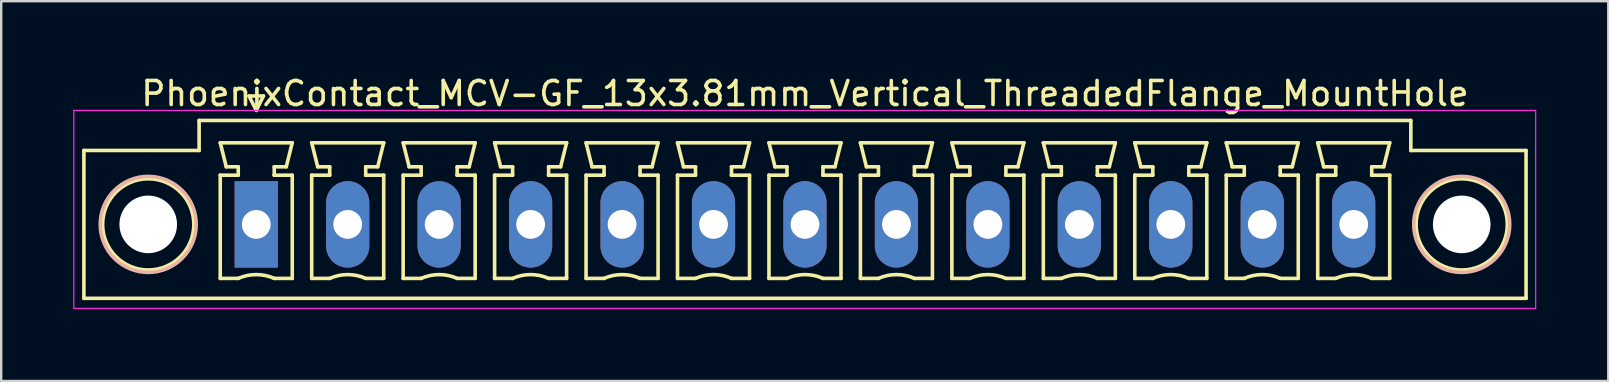
<source format=kicad_pcb>
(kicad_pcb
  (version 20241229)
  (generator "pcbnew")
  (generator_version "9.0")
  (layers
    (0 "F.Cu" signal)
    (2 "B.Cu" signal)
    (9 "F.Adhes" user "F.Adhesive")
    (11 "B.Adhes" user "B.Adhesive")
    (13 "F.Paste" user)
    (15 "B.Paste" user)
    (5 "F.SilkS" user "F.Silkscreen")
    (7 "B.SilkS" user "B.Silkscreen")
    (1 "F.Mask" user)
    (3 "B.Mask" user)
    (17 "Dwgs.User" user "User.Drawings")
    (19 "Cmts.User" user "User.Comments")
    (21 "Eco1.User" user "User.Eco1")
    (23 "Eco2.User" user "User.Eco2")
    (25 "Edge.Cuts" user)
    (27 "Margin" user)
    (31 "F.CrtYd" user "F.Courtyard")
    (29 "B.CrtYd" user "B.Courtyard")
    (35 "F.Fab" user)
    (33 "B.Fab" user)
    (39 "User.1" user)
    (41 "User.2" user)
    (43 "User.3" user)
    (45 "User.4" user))
  (footprint "PhoenixContact_MCV-GF_13x3.81mm_Vertical_ThreadedFlange_MountHole"
    (layer "F.Cu")
    (at 7.625 6.298)
    (property "Reference" "PhoenixContact_MCV-GF_13x3.81mm_Vertical_ThreadedFlange_MountHole" (at 22.86 -5.45 0) (layer "F.SilkS") (effects (font (size 1 1) (thickness 0.15))))
    (attr through_hole)
    (fp_line (start -7.18 -3.08) (end -7.18 3.08) (stroke (width 0.15) (type solid)) (layer "F.SilkS"))
    (fp_line (start -7.18 3.08) (end 52.9 3.08) (stroke (width 0.15) (type solid)) (layer "F.SilkS"))
    (fp_line (start -2.38 -4.33) (end -2.38 -3.08) (stroke (width 0.15) (type solid)) (layer "F.SilkS"))
    (fp_line (start -2.38 -3.08) (end -7.18 -3.08) (stroke (width 0.15) (type solid)) (layer "F.SilkS"))
    (fp_line (start -1.5 -3.4) (end 1.5 -3.4) (stroke (width 0.15) (type solid)) (layer "F.SilkS"))
    (fp_line (start -1.5 -2.05) (end -0.75 -2.05) (stroke (width 0.15) (type solid)) (layer "F.SilkS"))
    (fp_line (start -1.5 2.25) (end -1.5 -2.05) (stroke (width 0.15) (type solid)) (layer "F.SilkS"))
    (fp_line (start -1.25 -2.4) (end -1.5 -3.4) (stroke (width 0.15) (type solid)) (layer "F.SilkS"))
    (fp_line (start -0.75 -2.4) (end -1.25 -2.4) (stroke (width 0.15) (type solid)) (layer "F.SilkS"))
    (fp_line (start -0.75 -2.05) (end -0.75 -2.4) (stroke (width 0.15) (type solid)) (layer "F.SilkS"))
    (fp_line (start -0.75 2.25) (end -1.5 2.25) (stroke (width 0.15) (type solid)) (layer "F.SilkS"))
    (fp_line (start -0.3 -5.35) (end 0 -4.75) (stroke (width 0.15) (type solid)) (layer "F.SilkS"))
    (fp_line (start 0 -4.75) (end 0.3 -5.35) (stroke (width 0.15) (type solid)) (layer "F.SilkS"))
    (fp_line (start 0.3 -5.35) (end -0.3 -5.35) (stroke (width 0.15) (type solid)) (layer "F.SilkS"))
    (fp_line (start 0.75 -2.4) (end 0.75 -2.05) (stroke (width 0.15) (type solid)) (layer "F.SilkS"))
    (fp_line (start 0.75 -2.05) (end 0.75 -2.05) (stroke (width 0.15) (type solid)) (layer "F.SilkS"))
    (fp_line (start 0.75 -2.05) (end 1.5 -2.05) (stroke (width 0.15) (type solid)) (layer "F.SilkS"))
    (fp_line (start 1.25 -2.4) (end 0.75 -2.4) (stroke (width 0.15) (type solid)) (layer "F.SilkS"))
    (fp_line (start 1.5 -3.4) (end 1.25 -2.4) (stroke (width 0.15) (type solid)) (layer "F.SilkS"))
    (fp_line (start 1.5 -2.05) (end 1.5 2.25) (stroke (width 0.15) (type solid)) (layer "F.SilkS"))
    (fp_line (start 1.5 2.25) (end 0.75 2.25) (stroke (width 0.15) (type solid)) (layer "F.SilkS"))
    (fp_line (start 2.31 -3.4) (end 5.31 -3.4) (stroke (width 0.15) (type solid)) (layer "F.SilkS"))
    (fp_line (start 2.31 -2.05) (end 3.06 -2.05) (stroke (width 0.15) (type solid)) (layer "F.SilkS"))
    (fp_line (start 2.31 2.25) (end 2.31 -2.05) (stroke (width 0.15) (type solid)) (layer "F.SilkS"))
    (fp_line (start 2.56 -2.4) (end 2.31 -3.4) (stroke (width 0.15) (type solid)) (layer "F.SilkS"))
    (fp_line (start 3.06 -2.4) (end 2.56 -2.4) (stroke (width 0.15) (type solid)) (layer "F.SilkS"))
    (fp_line (start 3.06 -2.05) (end 3.06 -2.4) (stroke (width 0.15) (type solid)) (layer "F.SilkS"))
    (fp_line (start 3.06 2.25) (end 2.31 2.25) (stroke (width 0.15) (type solid)) (layer "F.SilkS"))
    (fp_line (start 4.56 -2.4) (end 4.56 -2.05) (stroke (width 0.15) (type solid)) (layer "F.SilkS"))
    (fp_line (start 4.56 -2.05) (end 4.56 -2.05) (stroke (width 0.15) (type solid)) (layer "F.SilkS"))
    (fp_line (start 4.56 -2.05) (end 5.31 -2.05) (stroke (width 0.15) (type solid)) (layer "F.SilkS"))
    (fp_line (start 5.06 -2.4) (end 4.56 -2.4) (stroke (width 0.15) (type solid)) (layer "F.SilkS"))
    (fp_line (start 5.31 -3.4) (end 5.06 -2.4) (stroke (width 0.15) (type solid)) (layer "F.SilkS"))
    (fp_line (start 5.31 -2.05) (end 5.31 2.25) (stroke (width 0.15) (type solid)) (layer "F.SilkS"))
    (fp_line (start 5.31 2.25) (end 4.56 2.25) (stroke (width 0.15) (type solid)) (layer "F.SilkS"))
    (fp_line (start 6.12 -3.4) (end 9.12 -3.4) (stroke (width 0.15) (type solid)) (layer "F.SilkS"))
    (fp_line (start 6.12 -2.05) (end 6.87 -2.05) (stroke (width 0.15) (type solid)) (layer "F.SilkS"))
    (fp_line (start 6.12 2.25) (end 6.12 -2.05) (stroke (width 0.15) (type solid)) (layer "F.SilkS"))
    (fp_line (start 6.37 -2.4) (end 6.12 -3.4) (stroke (width 0.15) (type solid)) (layer "F.SilkS"))
    (fp_line (start 6.87 -2.4) (end 6.37 -2.4) (stroke (width 0.15) (type solid)) (layer "F.SilkS"))
    (fp_line (start 6.87 -2.05) (end 6.87 -2.4) (stroke (width 0.15) (type solid)) (layer "F.SilkS"))
    (fp_line (start 6.87 2.25) (end 6.12 2.25) (stroke (width 0.15) (type solid)) (layer "F.SilkS"))
    (fp_line (start 8.37 -2.4) (end 8.37 -2.05) (stroke (width 0.15) (type solid)) (layer "F.SilkS"))
    (fp_line (start 8.37 -2.05) (end 8.37 -2.05) (stroke (width 0.15) (type solid)) (layer "F.SilkS"))
    (fp_line (start 8.37 -2.05) (end 9.12 -2.05) (stroke (width 0.15) (type solid)) (layer "F.SilkS"))
    (fp_line (start 8.87 -2.4) (end 8.37 -2.4) (stroke (width 0.15) (type solid)) (layer "F.SilkS"))
    (fp_line (start 9.12 -3.4) (end 8.87 -2.4) (stroke (width 0.15) (type solid)) (layer "F.SilkS"))
    (fp_line (start 9.12 -2.05) (end 9.12 2.25) (stroke (width 0.15) (type solid)) (layer "F.SilkS"))
    (fp_line (start 9.12 2.25) (end 8.37 2.25) (stroke (width 0.15) (type solid)) (layer "F.SilkS"))
    (fp_line (start 9.93 -3.4) (end 12.93 -3.4) (stroke (width 0.15) (type solid)) (layer "F.SilkS"))
    (fp_line (start 9.93 -2.05) (end 10.68 -2.05) (stroke (width 0.15) (type solid)) (layer "F.SilkS"))
    (fp_line (start 9.93 2.25) (end 9.93 -2.05) (stroke (width 0.15) (type solid)) (layer "F.SilkS"))
    (fp_line (start 10.18 -2.4) (end 9.93 -3.4) (stroke (width 0.15) (type solid)) (layer "F.SilkS"))
    (fp_line (start 10.68 -2.4) (end 10.18 -2.4) (stroke (width 0.15) (type solid)) (layer "F.SilkS"))
    (fp_line (start 10.68 -2.05) (end 10.68 -2.4) (stroke (width 0.15) (type solid)) (layer "F.SilkS"))
    (fp_line (start 10.68 2.25) (end 9.93 2.25) (stroke (width 0.15) (type solid)) (layer "F.SilkS"))
    (fp_line (start 12.18 -2.4) (end 12.18 -2.05) (stroke (width 0.15) (type solid)) (layer "F.SilkS"))
    (fp_line (start 12.18 -2.05) (end 12.18 -2.05) (stroke (width 0.15) (type solid)) (layer "F.SilkS"))
    (fp_line (start 12.18 -2.05) (end 12.93 -2.05) (stroke (width 0.15) (type solid)) (layer "F.SilkS"))
    (fp_line (start 12.68 -2.4) (end 12.18 -2.4) (stroke (width 0.15) (type solid)) (layer "F.SilkS"))
    (fp_line (start 12.93 -3.4) (end 12.68 -2.4) (stroke (width 0.15) (type solid)) (layer "F.SilkS"))
    (fp_line (start 12.93 -2.05) (end 12.93 2.25) (stroke (width 0.15) (type solid)) (layer "F.SilkS"))
    (fp_line (start 12.93 2.25) (end 12.18 2.25) (stroke (width 0.15) (type solid)) (layer "F.SilkS"))
    (fp_line (start 13.74 -3.4) (end 16.74 -3.4) (stroke (width 0.15) (type solid)) (layer "F.SilkS"))
    (fp_line (start 13.74 -2.05) (end 14.49 -2.05) (stroke (width 0.15) (type solid)) (layer "F.SilkS"))
    (fp_line (start 13.74 2.25) (end 13.74 -2.05) (stroke (width 0.15) (type solid)) (layer "F.SilkS"))
    (fp_line (start 13.99 -2.4) (end 13.74 -3.4) (stroke (width 0.15) (type solid)) (layer "F.SilkS"))
    (fp_line (start 14.49 -2.4) (end 13.99 -2.4) (stroke (width 0.15) (type solid)) (layer "F.SilkS"))
    (fp_line (start 14.49 -2.05) (end 14.49 -2.4) (stroke (width 0.15) (type solid)) (layer "F.SilkS"))
    (fp_line (start 14.49 2.25) (end 13.74 2.25) (stroke (width 0.15) (type solid)) (layer "F.SilkS"))
    (fp_line (start 15.99 -2.4) (end 15.99 -2.05) (stroke (width 0.15) (type solid)) (layer "F.SilkS"))
    (fp_line (start 15.99 -2.05) (end 15.99 -2.05) (stroke (width 0.15) (type solid)) (layer "F.SilkS"))
    (fp_line (start 15.99 -2.05) (end 16.74 -2.05) (stroke (width 0.15) (type solid)) (layer "F.SilkS"))
    (fp_line (start 16.49 -2.4) (end 15.99 -2.4) (stroke (width 0.15) (type solid)) (layer "F.SilkS"))
    (fp_line (start 16.74 -3.4) (end 16.49 -2.4) (stroke (width 0.15) (type solid)) (layer "F.SilkS"))
    (fp_line (start 16.74 -2.05) (end 16.74 2.25) (stroke (width 0.15) (type solid)) (layer "F.SilkS"))
    (fp_line (start 16.74 2.25) (end 15.99 2.25) (stroke (width 0.15) (type solid)) (layer "F.SilkS"))
    (fp_line (start 17.55 -3.4) (end 20.55 -3.4) (stroke (width 0.15) (type solid)) (layer "F.SilkS"))
    (fp_line (start 17.55 -2.05) (end 18.3 -2.05) (stroke (width 0.15) (type solid)) (layer "F.SilkS"))
    (fp_line (start 17.55 2.25) (end 17.55 -2.05) (stroke (width 0.15) (type solid)) (layer "F.SilkS"))
    (fp_line (start 17.8 -2.4) (end 17.55 -3.4) (stroke (width 0.15) (type solid)) (layer "F.SilkS"))
    (fp_line (start 18.3 -2.4) (end 17.8 -2.4) (stroke (width 0.15) (type solid)) (layer "F.SilkS"))
    (fp_line (start 18.3 -2.05) (end 18.3 -2.4) (stroke (width 0.15) (type solid)) (layer "F.SilkS"))
    (fp_line (start 18.3 2.25) (end 17.55 2.25) (stroke (width 0.15) (type solid)) (layer "F.SilkS"))
    (fp_line (start 19.8 -2.4) (end 19.8 -2.05) (stroke (width 0.15) (type solid)) (layer "F.SilkS"))
    (fp_line (start 19.8 -2.05) (end 19.8 -2.05) (stroke (width 0.15) (type solid)) (layer "F.SilkS"))
    (fp_line (start 19.8 -2.05) (end 20.55 -2.05) (stroke (width 0.15) (type solid)) (layer "F.SilkS"))
    (fp_line (start 20.3 -2.4) (end 19.8 -2.4) (stroke (width 0.15) (type solid)) (layer "F.SilkS"))
    (fp_line (start 20.55 -3.4) (end 20.3 -2.4) (stroke (width 0.15) (type solid)) (layer "F.SilkS"))
    (fp_line (start 20.55 -2.05) (end 20.55 2.25) (stroke (width 0.15) (type solid)) (layer "F.SilkS"))
    (fp_line (start 20.55 2.25) (end 19.8 2.25) (stroke (width 0.15) (type solid)) (layer "F.SilkS"))
    (fp_line (start 21.36 -3.4) (end 24.36 -3.4) (stroke (width 0.15) (type solid)) (layer "F.SilkS"))
    (fp_line (start 21.36 -2.05) (end 22.11 -2.05) (stroke (width 0.15) (type solid)) (layer "F.SilkS"))
    (fp_line (start 21.36 2.25) (end 21.36 -2.05) (stroke (width 0.15) (type solid)) (layer "F.SilkS"))
    (fp_line (start 21.61 -2.4) (end 21.36 -3.4) (stroke (width 0.15) (type solid)) (layer "F.SilkS"))
    (fp_line (start 22.11 -2.4) (end 21.61 -2.4) (stroke (width 0.15) (type solid)) (layer "F.SilkS"))
    (fp_line (start 22.11 -2.05) (end 22.11 -2.4) (stroke (width 0.15) (type solid)) (layer "F.SilkS"))
    (fp_line (start 22.11 2.25) (end 21.36 2.25) (stroke (width 0.15) (type solid)) (layer "F.SilkS"))
    (fp_line (start 23.61 -2.4) (end 23.61 -2.05) (stroke (width 0.15) (type solid)) (layer "F.SilkS"))
    (fp_line (start 23.61 -2.05) (end 23.61 -2.05) (stroke (width 0.15) (type solid)) (layer "F.SilkS"))
    (fp_line (start 23.61 -2.05) (end 24.36 -2.05) (stroke (width 0.15) (type solid)) (layer "F.SilkS"))
    (fp_line (start 24.11 -2.4) (end 23.61 -2.4) (stroke (width 0.15) (type solid)) (layer "F.SilkS"))
    (fp_line (start 24.36 -3.4) (end 24.11 -2.4) (stroke (width 0.15) (type solid)) (layer "F.SilkS"))
    (fp_line (start 24.36 -2.05) (end 24.36 2.25) (stroke (width 0.15) (type solid)) (layer "F.SilkS"))
    (fp_line (start 24.36 2.25) (end 23.61 2.25) (stroke (width 0.15) (type solid)) (layer "F.SilkS"))
    (fp_line (start 25.17 -3.4) (end 28.17 -3.4) (stroke (width 0.15) (type solid)) (layer "F.SilkS"))
    (fp_line (start 25.17 -2.05) (end 25.92 -2.05) (stroke (width 0.15) (type solid)) (layer "F.SilkS"))
    (fp_line (start 25.17 2.25) (end 25.17 -2.05) (stroke (width 0.15) (type solid)) (layer "F.SilkS"))
    (fp_line (start 25.42 -2.4) (end 25.17 -3.4) (stroke (width 0.15) (type solid)) (layer "F.SilkS"))
    (fp_line (start 25.92 -2.4) (end 25.42 -2.4) (stroke (width 0.15) (type solid)) (layer "F.SilkS"))
    (fp_line (start 25.92 -2.05) (end 25.92 -2.4) (stroke (width 0.15) (type solid)) (layer "F.SilkS"))
    (fp_line (start 25.92 2.25) (end 25.17 2.25) (stroke (width 0.15) (type solid)) (layer "F.SilkS"))
    (fp_line (start 27.42 -2.4) (end 27.42 -2.05) (stroke (width 0.15) (type solid)) (layer "F.SilkS"))
    (fp_line (start 27.42 -2.05) (end 27.42 -2.05) (stroke (width 0.15) (type solid)) (layer "F.SilkS"))
    (fp_line (start 27.42 -2.05) (end 28.17 -2.05) (stroke (width 0.15) (type solid)) (layer "F.SilkS"))
    (fp_line (start 27.92 -2.4) (end 27.42 -2.4) (stroke (width 0.15) (type solid)) (layer "F.SilkS"))
    (fp_line (start 28.17 -3.4) (end 27.92 -2.4) (stroke (width 0.15) (type solid)) (layer "F.SilkS"))
    (fp_line (start 28.17 -2.05) (end 28.17 2.25) (stroke (width 0.15) (type solid)) (layer "F.SilkS"))
    (fp_line (start 28.17 2.25) (end 27.42 2.25) (stroke (width 0.15) (type solid)) (layer "F.SilkS"))
    (fp_line (start 28.98 -3.4) (end 31.98 -3.4) (stroke (width 0.15) (type solid)) (layer "F.SilkS"))
    (fp_line (start 28.98 -2.05) (end 29.73 -2.05) (stroke (width 0.15) (type solid)) (layer "F.SilkS"))
    (fp_line (start 28.98 2.25) (end 28.98 -2.05) (stroke (width 0.15) (type solid)) (layer "F.SilkS"))
    (fp_line (start 29.23 -2.4) (end 28.98 -3.4) (stroke (width 0.15) (type solid)) (layer "F.SilkS"))
    (fp_line (start 29.73 -2.4) (end 29.23 -2.4) (stroke (width 0.15) (type solid)) (layer "F.SilkS"))
    (fp_line (start 29.73 -2.05) (end 29.73 -2.4) (stroke (width 0.15) (type solid)) (layer "F.SilkS"))
    (fp_line (start 29.73 2.25) (end 28.98 2.25) (stroke (width 0.15) (type solid)) (layer "F.SilkS"))
    (fp_line (start 31.23 -2.4) (end 31.23 -2.05) (stroke (width 0.15) (type solid)) (layer "F.SilkS"))
    (fp_line (start 31.23 -2.05) (end 31.23 -2.05) (stroke (width 0.15) (type solid)) (layer "F.SilkS"))
    (fp_line (start 31.23 -2.05) (end 31.98 -2.05) (stroke (width 0.15) (type solid)) (layer "F.SilkS"))
    (fp_line (start 31.73 -2.4) (end 31.23 -2.4) (stroke (width 0.15) (type solid)) (layer "F.SilkS"))
    (fp_line (start 31.98 -3.4) (end 31.73 -2.4) (stroke (width 0.15) (type solid)) (layer "F.SilkS"))
    (fp_line (start 31.98 -2.05) (end 31.98 2.25) (stroke (width 0.15) (type solid)) (layer "F.SilkS"))
    (fp_line (start 31.98 2.25) (end 31.23 2.25) (stroke (width 0.15) (type solid)) (layer "F.SilkS"))
    (fp_line (start 32.79 -3.4) (end 35.79 -3.4) (stroke (width 0.15) (type solid)) (layer "F.SilkS"))
    (fp_line (start 32.79 -2.05) (end 33.54 -2.05) (stroke (width 0.15) (type solid)) (layer "F.SilkS"))
    (fp_line (start 32.79 2.25) (end 32.79 -2.05) (stroke (width 0.15) (type solid)) (layer "F.SilkS"))
    (fp_line (start 33.04 -2.4) (end 32.79 -3.4) (stroke (width 0.15) (type solid)) (layer "F.SilkS"))
    (fp_line (start 33.54 -2.4) (end 33.04 -2.4) (stroke (width 0.15) (type solid)) (layer "F.SilkS"))
    (fp_line (start 33.54 -2.05) (end 33.54 -2.4) (stroke (width 0.15) (type solid)) (layer "F.SilkS"))
    (fp_line (start 33.54 2.25) (end 32.79 2.25) (stroke (width 0.15) (type solid)) (layer "F.SilkS"))
    (fp_line (start 35.04 -2.4) (end 35.04 -2.05) (stroke (width 0.15) (type solid)) (layer "F.SilkS"))
    (fp_line (start 35.04 -2.05) (end 35.04 -2.05) (stroke (width 0.15) (type solid)) (layer "F.SilkS"))
    (fp_line (start 35.04 -2.05) (end 35.79 -2.05) (stroke (width 0.15) (type solid)) (layer "F.SilkS"))
    (fp_line (start 35.54 -2.4) (end 35.04 -2.4) (stroke (width 0.15) (type solid)) (layer "F.SilkS"))
    (fp_line (start 35.79 -3.4) (end 35.54 -2.4) (stroke (width 0.15) (type solid)) (layer "F.SilkS"))
    (fp_line (start 35.79 -2.05) (end 35.79 2.25) (stroke (width 0.15) (type solid)) (layer "F.SilkS"))
    (fp_line (start 35.79 2.25) (end 35.04 2.25) (stroke (width 0.15) (type solid)) (layer "F.SilkS"))
    (fp_line (start 36.6 -3.4) (end 39.6 -3.4) (stroke (width 0.15) (type solid)) (layer "F.SilkS"))
    (fp_line (start 36.6 -2.05) (end 37.35 -2.05) (stroke (width 0.15) (type solid)) (layer "F.SilkS"))
    (fp_line (start 36.6 2.25) (end 36.6 -2.05) (stroke (width 0.15) (type solid)) (layer "F.SilkS"))
    (fp_line (start 36.85 -2.4) (end 36.6 -3.4) (stroke (width 0.15) (type solid)) (layer "F.SilkS"))
    (fp_line (start 37.35 -2.4) (end 36.85 -2.4) (stroke (width 0.15) (type solid)) (layer "F.SilkS"))
    (fp_line (start 37.35 -2.05) (end 37.35 -2.4) (stroke (width 0.15) (type solid)) (layer "F.SilkS"))
    (fp_line (start 37.35 2.25) (end 36.6 2.25) (stroke (width 0.15) (type solid)) (layer "F.SilkS"))
    (fp_line (start 38.85 -2.4) (end 38.85 -2.05) (stroke (width 0.15) (type solid)) (layer "F.SilkS"))
    (fp_line (start 38.85 -2.05) (end 38.85 -2.05) (stroke (width 0.15) (type solid)) (layer "F.SilkS"))
    (fp_line (start 38.85 -2.05) (end 39.6 -2.05) (stroke (width 0.15) (type solid)) (layer "F.SilkS"))
    (fp_line (start 39.35 -2.4) (end 38.85 -2.4) (stroke (width 0.15) (type solid)) (layer "F.SilkS"))
    (fp_line (start 39.6 -3.4) (end 39.35 -2.4) (stroke (width 0.15) (type solid)) (layer "F.SilkS"))
    (fp_line (start 39.6 -2.05) (end 39.6 2.25) (stroke (width 0.15) (type solid)) (layer "F.SilkS"))
    (fp_line (start 39.6 2.25) (end 38.85 2.25) (stroke (width 0.15) (type solid)) (layer "F.SilkS"))
    (fp_line (start 40.41 -3.4) (end 43.41 -3.4) (stroke (width 0.15) (type solid)) (layer "F.SilkS"))
    (fp_line (start 40.41 -2.05) (end 41.16 -2.05) (stroke (width 0.15) (type solid)) (layer "F.SilkS"))
    (fp_line (start 40.41 2.25) (end 40.41 -2.05) (stroke (width 0.15) (type solid)) (layer "F.SilkS"))
    (fp_line (start 40.66 -2.4) (end 40.41 -3.4) (stroke (width 0.15) (type solid)) (layer "F.SilkS"))
    (fp_line (start 41.16 -2.4) (end 40.66 -2.4) (stroke (width 0.15) (type solid)) (layer "F.SilkS"))
    (fp_line (start 41.16 -2.05) (end 41.16 -2.4) (stroke (width 0.15) (type solid)) (layer "F.SilkS"))
    (fp_line (start 41.16 2.25) (end 40.41 2.25) (stroke (width 0.15) (type solid)) (layer "F.SilkS"))
    (fp_line (start 42.66 -2.4) (end 42.66 -2.05) (stroke (width 0.15) (type solid)) (layer "F.SilkS"))
    (fp_line (start 42.66 -2.05) (end 42.66 -2.05) (stroke (width 0.15) (type solid)) (layer "F.SilkS"))
    (fp_line (start 42.66 -2.05) (end 43.41 -2.05) (stroke (width 0.15) (type solid)) (layer "F.SilkS"))
    (fp_line (start 43.16 -2.4) (end 42.66 -2.4) (stroke (width 0.15) (type solid)) (layer "F.SilkS"))
    (fp_line (start 43.41 -3.4) (end 43.16 -2.4) (stroke (width 0.15) (type solid)) (layer "F.SilkS"))
    (fp_line (start 43.41 -2.05) (end 43.41 2.25) (stroke (width 0.15) (type solid)) (layer "F.SilkS"))
    (fp_line (start 43.41 2.25) (end 42.66 2.25) (stroke (width 0.15) (type solid)) (layer "F.SilkS"))
    (fp_line (start 44.22 -3.4) (end 47.22 -3.4) (stroke (width 0.15) (type solid)) (layer "F.SilkS"))
    (fp_line (start 44.22 -2.05) (end 44.97 -2.05) (stroke (width 0.15) (type solid)) (layer "F.SilkS"))
    (fp_line (start 44.22 2.25) (end 44.22 -2.05) (stroke (width 0.15) (type solid)) (layer "F.SilkS"))
    (fp_line (start 44.47 -2.4) (end 44.22 -3.4) (stroke (width 0.15) (type solid)) (layer "F.SilkS"))
    (fp_line (start 44.97 -2.4) (end 44.47 -2.4) (stroke (width 0.15) (type solid)) (layer "F.SilkS"))
    (fp_line (start 44.97 -2.05) (end 44.97 -2.4) (stroke (width 0.15) (type solid)) (layer "F.SilkS"))
    (fp_line (start 44.97 2.25) (end 44.22 2.25) (stroke (width 0.15) (type solid)) (layer "F.SilkS"))
    (fp_line (start 46.47 -2.4) (end 46.47 -2.05) (stroke (width 0.15) (type solid)) (layer "F.SilkS"))
    (fp_line (start 46.47 -2.05) (end 46.47 -2.05) (stroke (width 0.15) (type solid)) (layer "F.SilkS"))
    (fp_line (start 46.47 -2.05) (end 47.22 -2.05) (stroke (width 0.15) (type solid)) (layer "F.SilkS"))
    (fp_line (start 46.97 -2.4) (end 46.47 -2.4) (stroke (width 0.15) (type solid)) (layer "F.SilkS"))
    (fp_line (start 47.22 -3.4) (end 46.97 -2.4) (stroke (width 0.15) (type solid)) (layer "F.SilkS"))
    (fp_line (start 47.22 -2.05) (end 47.22 2.25) (stroke (width 0.15) (type solid)) (layer "F.SilkS"))
    (fp_line (start 47.22 2.25) (end 46.47 2.25) (stroke (width 0.15) (type solid)) (layer "F.SilkS"))
    (fp_line (start 48.1 -4.33) (end -2.38 -4.33) (stroke (width 0.15) (type solid)) (layer "F.SilkS"))
    (fp_line (start 48.1 -3.08) (end 48.1 -4.33) (stroke (width 0.15) (type solid)) (layer "F.SilkS"))
    (fp_line (start 52.9 -3.08) (end 48.1 -3.08) (stroke (width 0.15) (type solid)) (layer "F.SilkS"))
    (fp_line (start 52.9 3.08) (end 52.9 -3.08) (stroke (width 0.15) (type solid)) (layer "F.SilkS"))
    (fp_arc (start -0.75 2.25) (mid -0.000193 2.09191) (end 0.749647 2.249844) (stroke (width 0.15) (type solid)) (layer "F.SilkS"))
    (fp_arc (start 3.06 2.25) (mid 3.809807 2.09191) (end 4.559647 2.249844) (stroke (width 0.15) (type solid)) (layer "F.SilkS"))
    (fp_arc (start 6.87 2.25) (mid 7.619807 2.09191) (end 8.369647 2.249844) (stroke (width 0.15) (type solid)) (layer "F.SilkS"))
    (fp_arc (start 10.68 2.25) (mid 11.429807 2.09191) (end 12.179647 2.249844) (stroke (width 0.15) (type solid)) (layer "F.SilkS"))
    (fp_arc (start 14.49 2.25) (mid 15.239807 2.09191) (end 15.989647 2.249844) (stroke (width 0.15) (type solid)) (layer "F.SilkS"))
    (fp_arc (start 18.3 2.25) (mid 19.049807 2.09191) (end 19.799647 2.249844) (stroke (width 0.15) (type solid)) (layer "F.SilkS"))
    (fp_arc (start 22.11 2.25) (mid 22.859807 2.09191) (end 23.609647 2.249844) (stroke (width 0.15) (type solid)) (layer "F.SilkS"))
    (fp_arc (start 25.92 2.25) (mid 26.669807 2.09191) (end 27.419647 2.249844) (stroke (width 0.15) (type solid)) (layer "F.SilkS"))
    (fp_arc (start 29.73 2.25) (mid 30.479807 2.09191) (end 31.229647 2.249844) (stroke (width 0.15) (type solid)) (layer "F.SilkS"))
    (fp_arc (start 33.54 2.25) (mid 34.289807 2.09191) (end 35.039647 2.249844) (stroke (width 0.15) (type solid)) (layer "F.SilkS"))
    (fp_arc (start 37.35 2.25) (mid 38.099807 2.09191) (end 38.849647 2.249844) (stroke (width 0.15) (type solid)) (layer "F.SilkS"))
    (fp_arc (start 41.16 2.25) (mid 41.909807 2.09191) (end 42.659647 2.249844) (stroke (width 0.15) (type solid)) (layer "F.SilkS"))
    (fp_arc (start 44.97 2.25) (mid 45.719807 2.09191) (end 46.469647 2.249844) (stroke (width 0.15) (type solid)) (layer "F.SilkS"))
    (fp_circle (center -4.5 0) (end -2.6 0) (stroke (width 0.15) (type solid)) (fill no) (layer "F.SilkS"))
    (fp_circle (center 50.22 0) (end 52.12 0) (stroke (width 0.15) (type solid)) (fill no) (layer "F.SilkS"))
    (fp_circle (center -4.5 0) (end -2.5 0) (stroke (width 0.15) (type solid)) (fill no) (layer "B.SilkS"))
    (fp_circle (center 50.22 0) (end 52.22 0) (stroke (width 0.15) (type solid)) (fill no) (layer "B.SilkS"))
    (fp_line (start -7.6 -4.75) (end -7.6 3.5) (stroke (width 0.05) (type solid)) (layer "F.CrtYd"))
    (fp_line (start -7.6 3.5) (end 53.3 3.5) (stroke (width 0.05) (type solid)) (layer "F.CrtYd"))
    (fp_line (start 53.3 -4.75) (end -7.6 -4.75) (stroke (width 0.05) (type solid)) (layer "F.CrtYd"))
    (fp_line (start 53.3 3.5) (end 53.3 -4.75) (stroke (width 0.05) (type solid)) (layer "F.CrtYd"))
    (pad "" np_thru_hole circle (at -4.5 0) (size 2.4 2.4) (drill 2.4) (layers "*.Cu" "*.Mask"))
    (pad "" np_thru_hole circle (at 50.22 0) (size 2.4 2.4) (drill 2.4) (layers "*.Cu" "*.Mask"))
    (pad "1" thru_hole rect (at 0 0) (size 1.8 3.6) (drill 1.2) (layers "*.Cu" "*.Mask"))
    (pad "2" thru_hole oval (at 3.81 0) (size 1.8 3.6) (drill 1.2) (layers "*.Cu" "*.Mask"))
    (pad "3" thru_hole oval (at 7.62 0) (size 1.8 3.6) (drill 1.2) (layers "*.Cu" "*.Mask"))
    (pad "4" thru_hole oval (at 11.43 0) (size 1.8 3.6) (drill 1.2) (layers "*.Cu" "*.Mask"))
    (pad "5" thru_hole oval (at 15.24 0) (size 1.8 3.6) (drill 1.2) (layers "*.Cu" "*.Mask"))
    (pad "6" thru_hole oval (at 19.05 0) (size 1.8 3.6) (drill 1.2) (layers "*.Cu" "*.Mask"))
    (pad "7" thru_hole oval (at 22.86 0) (size 1.8 3.6) (drill 1.2) (layers "*.Cu" "*.Mask"))
    (pad "8" thru_hole oval (at 26.67 0) (size 1.8 3.6) (drill 1.2) (layers "*.Cu" "*.Mask"))
    (pad "9" thru_hole oval (at 30.48 0) (size 1.8 3.6) (drill 1.2) (layers "*.Cu" "*.Mask"))
    (pad "10" thru_hole oval (at 34.29 0) (size 1.8 3.6) (drill 1.2) (layers "*.Cu" "*.Mask"))
    (pad "11" thru_hole oval (at 38.1 0) (size 1.8 3.6) (drill 1.2) (layers "*.Cu" "*.Mask"))
    (pad "12" thru_hole oval (at 41.91 0) (size 1.8 3.6) (drill 1.2) (layers "*.Cu" "*.Mask"))
    (pad "13" thru_hole oval (at 45.72 0) (size 1.8 3.6) (drill 1.2) (layers "*.Cu" "*.Mask")))
  (gr_rect
    (start -3 -3)
    (end 63.95 12.823)
    (stroke (width 0.1) (type default))
    (fill no)
    (layer "Edge.Cuts")))
</source>
